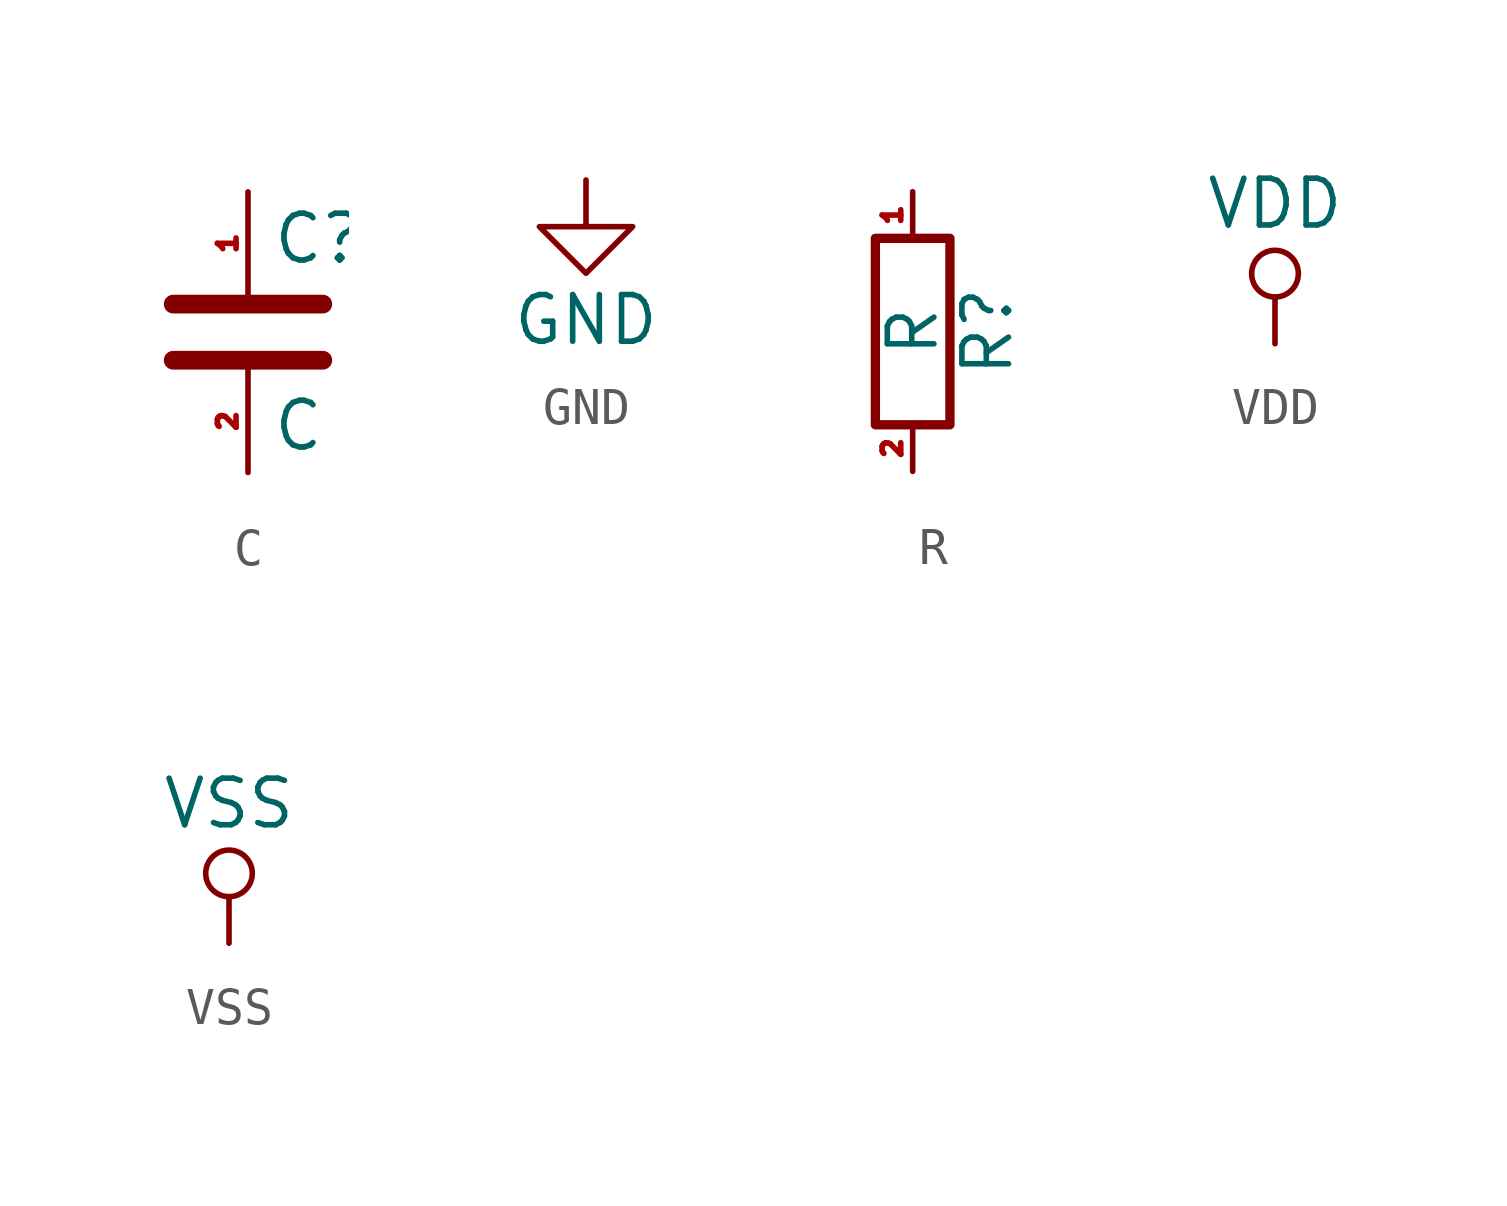
<source format=kicad_sym>
(kicad_symbol_lib
  (version 20220331)
  (generator kicad_symbol_editor)
  (symbol "C"
    (pin_names
      (offset 0) hide)
    (property "Reference" "C"
      (at 0.635 2.54 0)
      (effects (font (size 1.27 1.27)) (justify left)))
    (property "Value" "C"
      (at 0.635 -2.54 0)
      (effects (font (size 1.27 1.27)) (justify left)))
    (property "Footprint" ""
      (at 0.965 -3.81 0)
      (effects (font (size 0.762 0.762))))
    (property "Datasheet" ""
      (at 0 0 0)
      (effects (font (size 1.524 1.524))))
    (symbol "C_0_1"
      (polyline (pts (xy -2.032 -0.762) (xy 2.032 -0.762)) (stroke (width 0.508) (type default)) (fill (type none)))
      (polyline (pts (xy -2.032 0.762) (xy 2.032 0.762)) (stroke (width 0.508) (type default)) (fill (type none))))
    (symbol "C_1_1"
      (pin passive line (at 0 3.81 270) (length 2.794) (name "1" (effects (font (size 0.508 0.508)))) (number "1" (effects (font (size 0.508 0.508)))))
      (pin passive line (at 0 -3.81 90) (length 2.794) (name "2" (effects (font (size 0.508 0.508)))) (number "2" (effects (font (size 0.508 0.508)))))))
  (symbol "GND"
    (power)
    (pin_names
      (offset 0))
    (property "Reference" "#PWR"
      (at 0 -6.35 0)
      (effects (font (size 1.27 1.27)) hide))
    (property "Value" "GND"
      (at 0 -3.81 0)
      (effects (font (size 1.27 1.27))))
    (property "Footprint" ""
      (at 0 0 0)
      (effects (font (size 1.524 1.524))))
    (property "Datasheet" ""
      (at 0 0 0)
      (effects (font (size 1.524 1.524))))
    (symbol "GND_0_1"
      (polyline (pts (xy 0 0) (xy 0 -1.27) (xy 1.27 -1.27) (xy 0 -2.54) (xy -1.27 -1.27) (xy 0 -1.27)) (stroke (width 0) (type default)) (fill (type none))))
    (symbol "GND_1_1"
      (pin power_in line (at 0 0 270) (length 0) hide (name "GND" (effects (font (size 1.27 1.27)))) (number "1" (effects (font (size 1.27 1.27)))))))
  (symbol "R"
    (pin_names
      (offset 0) hide)
    (property "Reference" "R"
      (at 2.032 0 90)
      (effects (font (size 1.27 1.27))))
    (property "Value" "R"
      (at 0 0 90)
      (effects (font (size 1.27 1.27))))
    (property "Footprint" ""
      (at -1.778 0 90)
      (effects (font (size 0.762 0.762))))
    (property "Datasheet" ""
      (at 0 0 0)
      (effects (font (size 0.762 0.762))))
    (symbol "R_0_1"
      (rectangle (start -1.016 -2.54) (end 1.016 2.54) (stroke (width 0.254) (type default)) (fill (type none))))
    (symbol "R_1_1"
      (pin passive line (at 0 3.81 270) (length 1.27) (name "1" (effects (font (size 0.508 0.508)))) (number "1" (effects (font (size 0.508 0.508)))))
      (pin passive line (at 0 -3.81 90) (length 1.27) (name "2" (effects (font (size 0.508 0.508)))) (number "2" (effects (font (size 0.508 0.508)))))))
  (symbol "VDD"
    (power)
    (pin_names
      (offset 0))
    (property "Reference" "#PWR"
      (at 0 -3.81 0)
      (effects (font (size 1.27 1.27)) hide))
    (property "Value" "VDD"
      (at 0 3.81 0)
      (effects (font (size 1.27 1.27))))
    (property "Footprint" ""
      (at 0 0 0)
      (effects (font (size 1.524 1.524))))
    (property "Datasheet" ""
      (at 0 0 0)
      (effects (font (size 1.524 1.524))))
    (symbol "VDD_0_1"
      (polyline (pts (xy 0 0) (xy 0 1.27)) (stroke (width 0) (type default)) (fill (type none)))
      (circle (center 0 1.905) (radius 0.635) (stroke (width 0) (type default)) (fill (type none))))
    (symbol "VDD_1_1"
      (pin power_in line (at 0 0 90) (length 0) hide (name "VDD" (effects (font (size 1.27 1.27)))) (number "1" (effects (font (size 1.27 1.27)))))))
  (symbol "VSS"
    (power)
    (pin_names
      (offset 0))
    (property "Reference" "#PWR"
      (at 0 -3.81 0)
      (effects (font (size 1.27 1.27)) hide))
    (property "Value" "VSS"
      (at 0 3.81 0)
      (effects (font (size 1.27 1.27))))
    (property "Footprint" ""
      (at 0 0 0)
      (effects (font (size 1.524 1.524))))
    (property "Datasheet" ""
      (at 0 0 0)
      (effects (font (size 1.524 1.524))))
    (symbol "VSS_0_1"
      (polyline (pts (xy 0 0) (xy 0 1.27)) (stroke (width 0) (type default)) (fill (type none)))
      (circle (center 0 1.905) (radius 0.635) (stroke (width 0) (type default)) (fill (type none))))
    (symbol "VSS_1_1"
      (pin power_in line (at 0 0 90) (length 0) hide (name "VSS" (effects (font (size 1.27 1.27)))) (number "1" (effects (font (size 1.27 1.27))))))))
</source>
